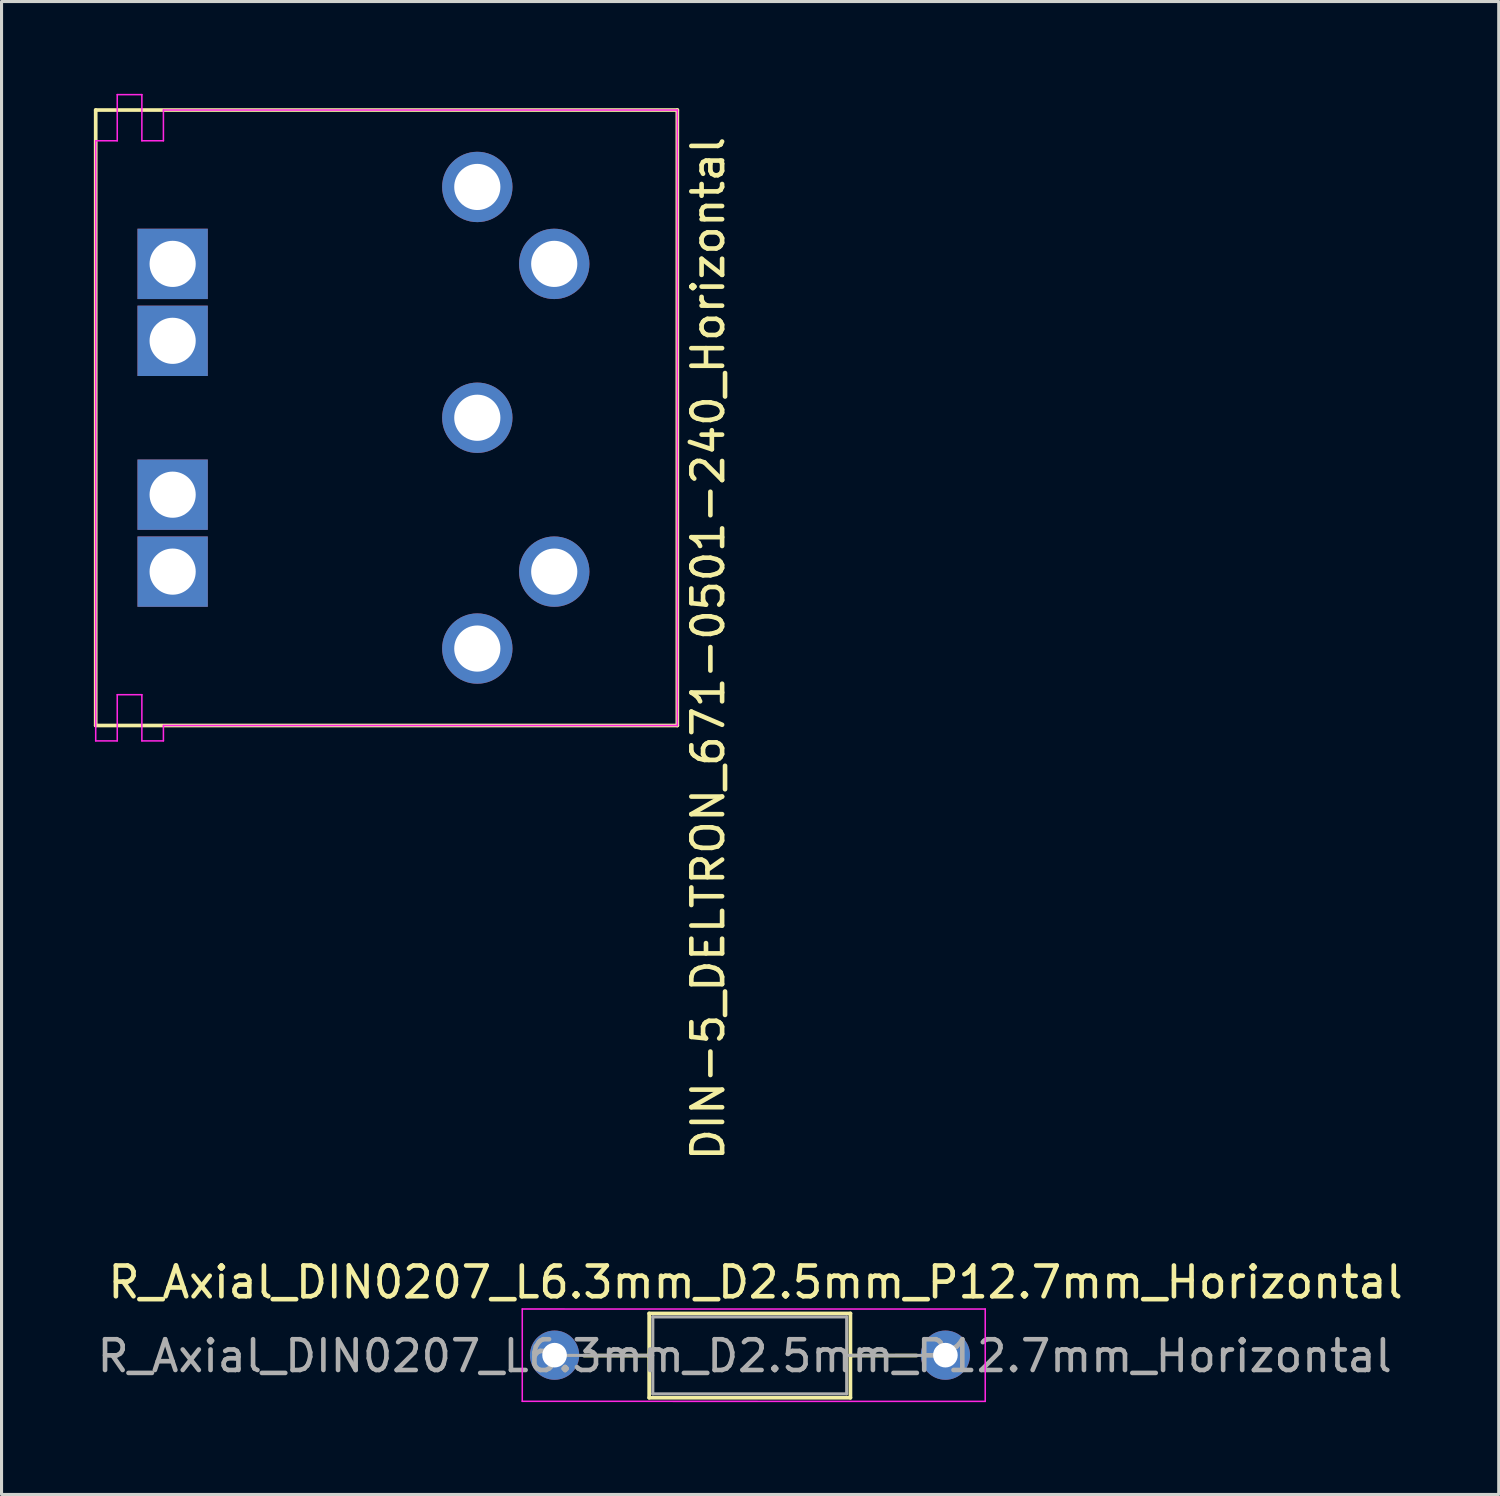
<source format=kicad_pcb>
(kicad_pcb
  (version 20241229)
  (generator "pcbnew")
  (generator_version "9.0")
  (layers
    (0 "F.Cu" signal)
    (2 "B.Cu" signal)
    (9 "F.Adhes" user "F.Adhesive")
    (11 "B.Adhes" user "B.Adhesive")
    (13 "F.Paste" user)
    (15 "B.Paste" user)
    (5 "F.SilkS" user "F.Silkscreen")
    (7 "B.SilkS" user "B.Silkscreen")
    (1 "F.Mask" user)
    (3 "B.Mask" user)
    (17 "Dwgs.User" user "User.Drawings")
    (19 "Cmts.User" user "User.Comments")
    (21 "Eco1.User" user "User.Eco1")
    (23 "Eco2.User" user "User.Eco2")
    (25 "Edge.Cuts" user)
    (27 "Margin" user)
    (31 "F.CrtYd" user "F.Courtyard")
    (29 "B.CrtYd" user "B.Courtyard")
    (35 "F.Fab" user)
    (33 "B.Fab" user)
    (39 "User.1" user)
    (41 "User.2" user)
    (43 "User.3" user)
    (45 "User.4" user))
  (footprint "R_Axial_DIN0207_L6.3mm_D2.5mm_P12.7mm_Horizontal"
    (layer "F.Cu")
    (at 14.971 40.986)
    (property "Reference" "R_Axial_DIN0207_L6.3mm_D2.5mm_P12.7mm_Horizontal" (at 6.531 -2.369 0) (layer "F.SilkS") (effects (font (size 1 1) (thickness 0.15))))
    (attr through_hole)
    (fp_line (start 0.952 0.014) (end 3.074 0.014) (stroke (width 0.12) (type solid)) (layer "F.SilkS"))
    (fp_line (start 3.074 -1.356) (end 3.074 1.384) (stroke (width 0.12) (type solid)) (layer "F.SilkS"))
    (fp_line (start 3.074 1.384) (end 9.614 1.384) (stroke (width 0.12) (type solid)) (layer "F.SilkS"))
    (fp_line (start 9.614 -1.356) (end 3.074 -1.356) (stroke (width 0.12) (type solid)) (layer "F.SilkS"))
    (fp_line (start 9.614 0.014) (end 11.763 0.012) (stroke (width 0.12) (type solid)) (layer "F.SilkS"))
    (fp_line (start 9.614 1.384) (end 9.614 -1.356) (stroke (width 0.12) (type solid)) (layer "F.SilkS"))
    (fp_line (start -1.05 -1.5) (end -1.05 1.5) (stroke (width 0.05) (type solid)) (layer "F.CrtYd"))
    (fp_line (start -1.05 1.5) (end 13.994 1.501) (stroke (width 0.05) (type solid)) (layer "F.CrtYd"))
    (fp_line (start 13.994 -1.499) (end -1.05 -1.5) (stroke (width 0.05) (type solid)) (layer "F.CrtYd"))
    (fp_line (start 13.994 1.501) (end 13.994 -1.499) (stroke (width 0.05) (type solid)) (layer "F.CrtYd"))
    (fp_line (start 0 0.007) (end 3.192 0.007) (stroke (width 0.1) (type solid)) (layer "F.Fab"))
    (fp_line (start 3.192 -1.243) (end 3.192 1.257) (stroke (width 0.1) (type solid)) (layer "F.Fab"))
    (fp_line (start 3.192 1.257) (end 9.492 1.257) (stroke (width 0.1) (type solid)) (layer "F.Fab"))
    (fp_line (start 9.492 -1.243) (end 3.192 -1.243) (stroke (width 0.1) (type solid)) (layer "F.Fab"))
    (fp_line (start 9.492 1.257) (end 9.492 -1.243) (stroke (width 0.1) (type solid)) (layer "F.Fab"))
    (fp_line (start 12.7 0.007) (end 9.492 0.007) (stroke (width 0.1) (type solid)) (layer "F.Fab"))
    (fp_text user "${REFERENCE}" (at 6.178 0.027 0) (layer "F.Fab") (effects (font (size 1 1) (thickness 0.15))))
    (pad "1" thru_hole circle (at 0 0) (size 1.6 1.6) (drill 0.8) (layers "*.Cu" "*.Mask"))
    (pad "2" thru_hole oval (at 12.7 0) (size 1.6 1.6) (drill 0.8) (layers "*.Cu" "*.Mask")))
  (footprint "DIN-5_DELTRON_671-0501-240_Horizontal"
    (layer "F.Cu")
    (at 12.46 18.025)
    (property "Reference" "DIN-5_DELTRON_671-0501-240_Horizontal" (at 7.5 0 90) (layer "F.SilkS") (effects (font (size 1 1) (thickness 0.15))))
    (attr through_hole)
    (fp_line (start -12.4 -17.5) (end -12.4 2.5) (stroke (width 0.12) (type solid)) (layer "F.SilkS"))
    (fp_line (start -12.4 2.5) (end 6.5 2.5) (stroke (width 0.12) (type solid)) (layer "F.SilkS"))
    (fp_line (start 6.5 -17.5) (end -12.4 -17.5) (stroke (width 0.12) (type solid)) (layer "F.SilkS"))
    (fp_line (start 6.5 2.5) (end 6.5 -17.5) (stroke (width 0.12) (type solid)) (layer "F.SilkS"))
    (fp_line (start -12.4 -16.5) (end -11.7 -16.5) (stroke (width 0.05) (type solid)) (layer "F.CrtYd"))
    (fp_line (start -12.4 3) (end -12.4 -16.5) (stroke (width 0.05) (type solid)) (layer "F.CrtYd"))
    (fp_line (start -12.4 3) (end -11.7 3) (stroke (width 0.05) (type solid)) (layer "F.CrtYd"))
    (fp_line (start -11.7 -18) (end -10.9 -18) (stroke (width 0.05) (type solid)) (layer "F.CrtYd"))
    (fp_line (start -11.7 -16.5) (end -11.7 -18) (stroke (width 0.05) (type solid)) (layer "F.CrtYd"))
    (fp_line (start -11.7 1.5) (end -10.9 1.5) (stroke (width 0.05) (type solid)) (layer "F.CrtYd"))
    (fp_line (start -11.7 3) (end -11.7 1.5) (stroke (width 0.05) (type solid)) (layer "F.CrtYd"))
    (fp_line (start -10.9 -18) (end -10.9 -16.5) (stroke (width 0.05) (type solid)) (layer "F.CrtYd"))
    (fp_line (start -10.9 -16.5) (end -10.2 -16.5) (stroke (width 0.05) (type solid)) (layer "F.CrtYd"))
    (fp_line (start -10.9 1.5) (end -10.9 3) (stroke (width 0.05) (type solid)) (layer "F.CrtYd"))
    (fp_line (start -10.9 3) (end -10.2 3) (stroke (width 0.05) (type solid)) (layer "F.CrtYd"))
    (fp_line (start -10.2 -17.5) (end 6.5 -17.5) (stroke (width 0.05) (type solid)) (layer "F.CrtYd"))
    (fp_line (start -10.2 -16.5) (end -10.2 -17.5) (stroke (width 0.05) (type solid)) (layer "F.CrtYd"))
    (fp_line (start -10.2 3) (end -10.2 2.5) (stroke (width 0.05) (type solid)) (layer "F.CrtYd"))
    (fp_line (start 6.5 -17.5) (end 6.5 2.5) (stroke (width 0.05) (type solid)) (layer "F.CrtYd"))
    (fp_line (start 6.5 2.5) (end -10.2 2.5) (stroke (width 0.05) (type solid)) (layer "F.CrtYd"))
    (pad "" thru_hole rect (at -9.9 -12.5) (size 2.286 2.286) (drill 1.5) (layers "*.Cu" "*.Mask"))
    (pad "" thru_hole rect (at -9.9 -10) (size 2.286 2.286) (drill 1.5) (layers "*.Cu" "*.Mask"))
    (pad "" thru_hole rect (at -9.9 -5) (size 2.286 2.286) (drill 1.5) (layers "*.Cu" "*.Mask"))
    (pad "" thru_hole rect (at -9.9 -2.5) (size 2.286 2.286) (drill 1.5) (layers "*.Cu" "*.Mask"))
    (pad "1" thru_hole circle (at 0 0) (size 2.286 2.286) (drill 1.5) (layers "*.Cu" "*.Mask"))
    (pad "2" thru_hole circle (at 2.5 -2.5) (size 2.286 2.286) (drill 1.5) (layers "*.Cu" "*.Mask"))
    (pad "3" thru_hole circle (at 0 -7.5) (size 2.286 2.286) (drill 1.5) (layers "*.Cu" "*.Mask"))
    (pad "4" thru_hole circle (at 2.5 -12.5 90) (size 2.286 2.286) (drill 1.5) (layers "*.Cu" "*.Mask"))
    (pad "5" thru_hole circle (at 0 -15) (size 2.286 2.286) (drill 1.5) (layers "*.Cu" "*.Mask")))
  (gr_rect
    (start -3 -3)
    (end 45.651 45.512)
    (stroke (width 0.1) (type default))
    (fill no)
    (layer "Edge.Cuts")))
</source>
